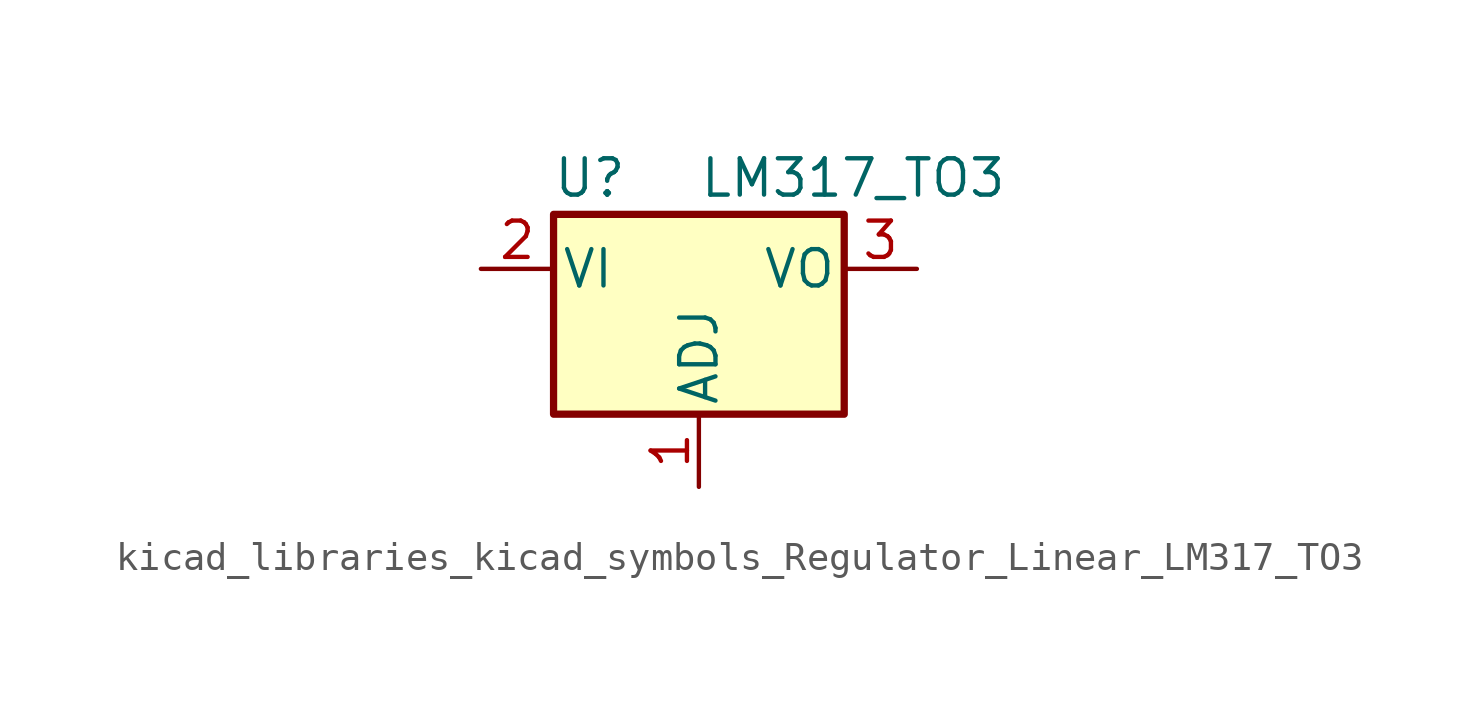
<source format=kicad_sym>
(kicad_symbol_lib
  (version 20220914)
  (generator kicad_symbol_editor)
  (symbol "kicad_libraries_kicad_symbols_Regulator_Linear_LM317_TO3"
    (pin_names
      (offset 0.254))
    (property "Reference" "U"
      (at -3.81 3.175 0)
      (effects (font (size 1.27 1.27))))
    (property "Value" "LM317_TO3"
      (at 0 3.175 0)
      (effects (font (size 1.27 1.27)) (justify left)))
    (symbol "kicad_libraries_kicad_symbols_Regulator_Linear_LM317_TO3_0_1"
      (rectangle (start -5.08 1.905) (end 5.08 -5.08) (stroke (width 0.254) (type default)) (fill (type background))))
    (symbol "kicad_libraries_kicad_symbols_Regulator_Linear_LM317_TO3_1_1"
      (pin input line (at 0 -7.62 90) (length 2.54) (name "ADJ" (effects (font (size 1.27 1.27)))) (number "1" (effects (font (size 1.27 1.27)))))
      (pin power_in line (at -7.62 0 0) (length 2.54) (name "VI" (effects (font (size 1.27 1.27)))) (number "2" (effects (font (size 1.27 1.27)))))
      (pin power_out line (at 7.62 0 180) (length 2.54) (name "VO" (effects (font (size 1.27 1.27)))) (number "3" (effects (font (size 1.27 1.27))))))))
</source>
